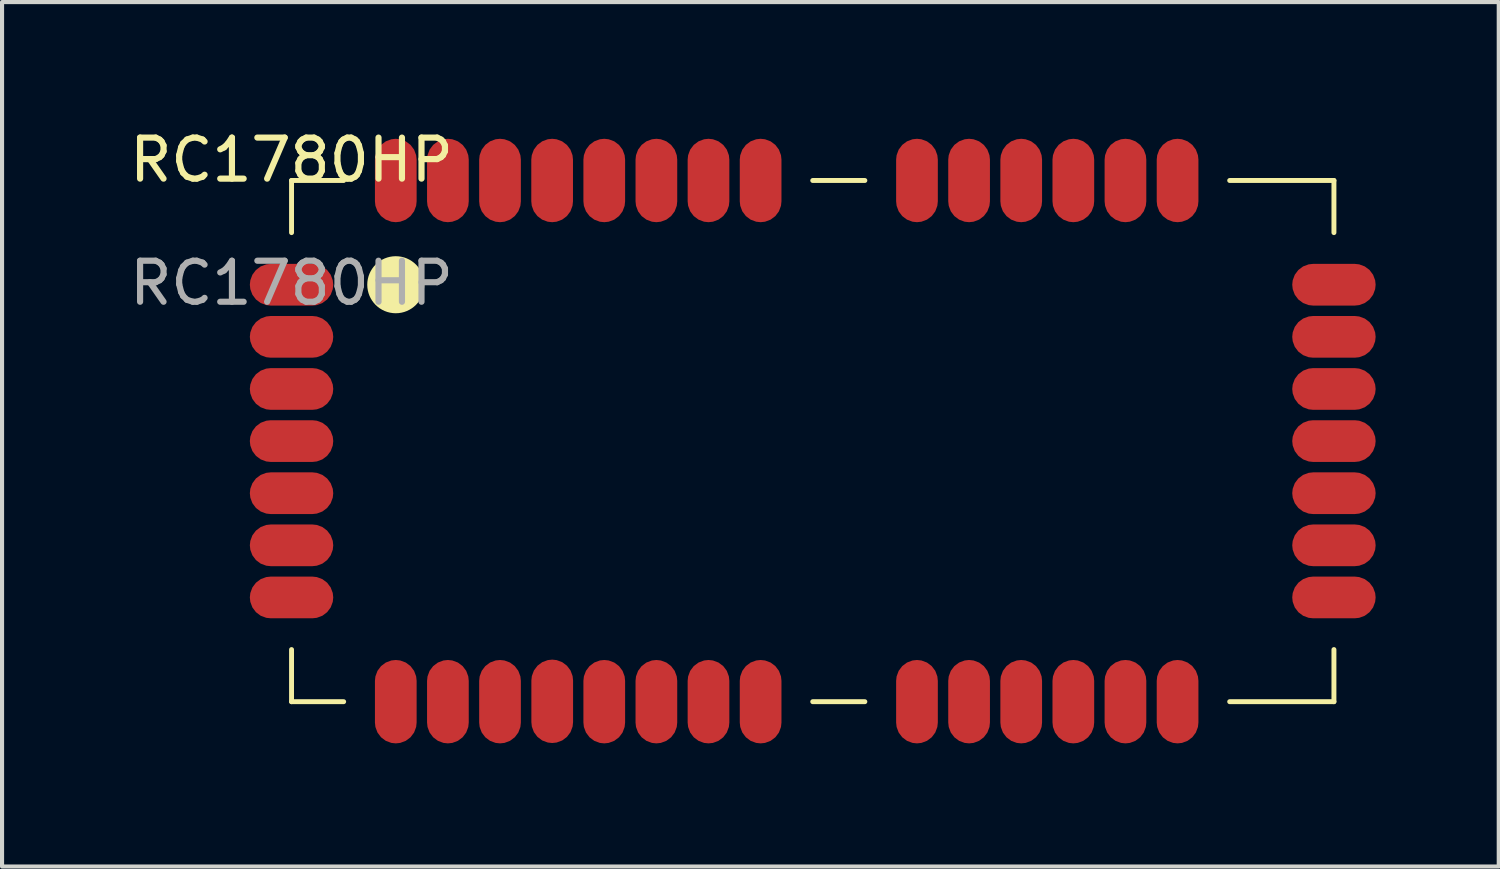
<source format=kicad_pcb>
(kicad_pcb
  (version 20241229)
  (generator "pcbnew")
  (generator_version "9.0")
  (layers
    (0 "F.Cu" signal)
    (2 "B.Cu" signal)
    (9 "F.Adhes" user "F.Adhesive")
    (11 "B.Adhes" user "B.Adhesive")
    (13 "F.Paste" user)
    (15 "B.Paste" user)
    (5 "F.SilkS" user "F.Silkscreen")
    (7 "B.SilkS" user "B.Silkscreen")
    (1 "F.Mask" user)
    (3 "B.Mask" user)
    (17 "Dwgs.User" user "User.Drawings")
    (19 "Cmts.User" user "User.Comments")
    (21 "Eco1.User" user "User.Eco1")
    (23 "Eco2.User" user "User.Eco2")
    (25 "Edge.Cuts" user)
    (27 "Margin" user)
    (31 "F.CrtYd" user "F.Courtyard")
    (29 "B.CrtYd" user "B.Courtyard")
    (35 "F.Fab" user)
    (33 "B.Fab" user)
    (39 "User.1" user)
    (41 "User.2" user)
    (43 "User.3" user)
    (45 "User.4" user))
  (footprint "RC1780HP"
    (layer "F.Cu")
    (at 4.054 1.348)
    (property "Reference" "RC1780HP" (at 0 -0.5 0) (unlocked yes) (layer "F.SilkS") (effects (font (size 1 1) (thickness 0.15))))
    (attr smd)
    (fp_line (start 0 0) (end 1.27 0) (stroke (width 0.12) (type default)) (layer "F.SilkS"))
    (fp_line (start 0 1.27) (end 0 0) (stroke (width 0.12) (type default)) (layer "F.SilkS"))
    (fp_line (start 0 12.7) (end 0 11.43) (stroke (width 0.12) (type default)) (layer "F.SilkS"))
    (fp_line (start 1.27 12.7) (end 0 12.7) (stroke (width 0.12) (type default)) (layer "F.SilkS"))
    (fp_line (start 12.7 0) (end 13.97 0) (stroke (width 0.12) (type default)) (layer "F.SilkS"))
    (fp_line (start 13.97 12.7) (end 12.7 12.7) (stroke (width 0.12) (type default)) (layer "F.SilkS"))
    (fp_line (start 22.86 0) (end 25.4 0) (stroke (width 0.12) (type default)) (layer "F.SilkS"))
    (fp_line (start 25.4 0) (end 25.4 1.27) (stroke (width 0.12) (type default)) (layer "F.SilkS"))
    (fp_line (start 25.4 11.43) (end 25.4 12.7) (stroke (width 0.12) (type default)) (layer "F.SilkS"))
    (fp_line (start 25.4 12.7) (end 22.86 12.7) (stroke (width 0.12) (type default)) (layer "F.SilkS"))
    (fp_circle (center 2.54 2.54) (end 3.175 2.54) (stroke (width 0.12) (type solid)) (fill yes) (layer "F.SilkS"))
    (fp_text user "${REFERENCE}" (at 0 2.5 0) (unlocked yes) (layer "F.Fab") (effects (font (size 1 1) (thickness 0.15))))
    (pad "1" smd roundrect (at 0 2.54) (size 2.032 1.016) (layers "F.Cu" "F.Mask" "F.Paste") (roundrect_rratio 0.5))
    (pad "2" smd roundrect (at 0 3.81) (size 2.032 1.016) (layers "F.Cu" "F.Mask" "F.Paste") (roundrect_rratio 0.5))
    (pad "3" smd roundrect (at 0 5.08) (size 2.032 1.016) (layers "F.Cu" "F.Mask" "F.Paste") (roundrect_rratio 0.5))
    (pad "4" smd roundrect (at 0 6.35) (size 2.032 1.016) (layers "F.Cu" "F.Mask" "F.Paste") (roundrect_rratio 0.5))
    (pad "5" smd roundrect (at 0 7.62) (size 2.032 1.016) (layers "F.Cu" "F.Mask" "F.Paste") (roundrect_rratio 0.5))
    (pad "6" smd roundrect (at 0 8.89) (size 2.032 1.016) (layers "F.Cu" "F.Mask" "F.Paste") (roundrect_rratio 0.5))
    (pad "7" smd roundrect (at 0 10.16) (size 2.032 1.016) (layers "F.Cu" "F.Mask" "F.Paste") (roundrect_rratio 0.5))
    (pad "8" smd roundrect (at 25.4 10.16 180) (size 2.032 1.016) (layers "F.Cu" "F.Mask" "F.Paste") (roundrect_rratio 0.5))
    (pad "9" smd roundrect (at 25.4 8.89 180) (size 2.032 1.016) (layers "F.Cu" "F.Mask" "F.Paste") (roundrect_rratio 0.5))
    (pad "10" smd roundrect (at 25.4 7.62 180) (size 2.032 1.016) (layers "F.Cu" "F.Mask" "F.Paste") (roundrect_rratio 0.5))
    (pad "11" smd roundrect (at 25.4 6.35 180) (size 2.032 1.016) (layers "F.Cu" "F.Mask" "F.Paste") (roundrect_rratio 0.5))
    (pad "12" smd roundrect (at 25.4 5.08 180) (size 2.032 1.016) (layers "F.Cu" "F.Mask" "F.Paste") (roundrect_rratio 0.5))
    (pad "13" smd roundrect (at 25.4 3.81 180) (size 2.032 1.016) (layers "F.Cu" "F.Mask" "F.Paste") (roundrect_rratio 0.5))
    (pad "14" smd roundrect (at 25.4 2.54 180) (size 2.032 1.016) (layers "F.Cu" "F.Mask" "F.Paste") (roundrect_rratio 0.5))
    (pad "15" smd roundrect (at 2.54 12.7 90) (size 2.032 1.016) (layers "F.Cu" "F.Mask" "F.Paste") (roundrect_rratio 0.5))
    (pad "16" smd roundrect (at 3.81 12.7 90) (size 2.032 1.016) (layers "F.Cu" "F.Mask" "F.Paste") (roundrect_rratio 0.5))
    (pad "17" smd roundrect (at 5.08 12.7 90) (size 2.032 1.016) (layers "F.Cu" "F.Mask" "F.Paste") (roundrect_rratio 0.5))
    (pad "18" smd roundrect (at 6.352 12.691 90) (size 2.032 1.016) (layers "F.Cu" "F.Mask" "F.Paste") (roundrect_rratio 0.5))
    (pad "19" smd roundrect (at 7.62 12.7 90) (size 2.032 1.016) (layers "F.Cu" "F.Mask" "F.Paste") (roundrect_rratio 0.5))
    (pad "20" smd roundrect (at 8.89 12.7 90) (size 2.032 1.016) (layers "F.Cu" "F.Mask" "F.Paste") (roundrect_rratio 0.5))
    (pad "21" smd roundrect (at 10.16 12.7 90) (size 2.032 1.016) (layers "F.Cu" "F.Mask" "F.Paste") (roundrect_rratio 0.5))
    (pad "22" smd roundrect (at 11.43 12.7 90) (size 2.032 1.016) (layers "F.Cu" "F.Mask" "F.Paste") (roundrect_rratio 0.5))
    (pad "23" smd roundrect (at 11.43 0 90) (size 2.032 1.016) (layers "F.Cu" "F.Mask" "F.Paste") (roundrect_rratio 0.5))
    (pad "24" smd roundrect (at 10.16 0 90) (size 2.032 1.016) (layers "F.Cu" "F.Mask" "F.Paste") (roundrect_rratio 0.5))
    (pad "25" smd roundrect (at 8.89 0 90) (size 2.032 1.016) (layers "F.Cu" "F.Mask" "F.Paste") (roundrect_rratio 0.5))
    (pad "26" smd roundrect (at 7.62 0 90) (size 2.032 1.016) (layers "F.Cu" "F.Mask" "F.Paste") (roundrect_rratio 0.5))
    (pad "27" smd roundrect (at 6.35 0 90) (size 2.032 1.016) (layers "F.Cu" "F.Mask" "F.Paste") (roundrect_rratio 0.5))
    (pad "28" smd roundrect (at 5.08 0 90) (size 2.032 1.016) (layers "F.Cu" "F.Mask" "F.Paste") (roundrect_rratio 0.5))
    (pad "29" smd roundrect (at 3.81 0 90) (size 2.032 1.016) (layers "F.Cu" "F.Mask" "F.Paste") (roundrect_rratio 0.5))
    (pad "30" smd roundrect (at 2.54 0 90) (size 2.032 1.016) (layers "F.Cu" "F.Mask" "F.Paste") (roundrect_rratio 0.5))
    (pad "31" smd roundrect (at 15.24 0 90) (size 2.032 1.016) (layers "F.Cu" "F.Mask" "F.Paste") (roundrect_rratio 0.5))
    (pad "32" smd roundrect (at 15.24 12.7 90) (size 2.032 1.016) (layers "F.Cu" "F.Mask" "F.Paste") (roundrect_rratio 0.5))
    (pad "33" smd roundrect (at 16.51 0 90) (size 2.032 1.016) (layers "F.Cu" "F.Mask" "F.Paste") (roundrect_rratio 0.5))
    (pad "34" smd roundrect (at 16.51 12.7 90) (size 2.032 1.016) (layers "F.Cu" "F.Mask" "F.Paste") (roundrect_rratio 0.5))
    (pad "35" smd roundrect (at 17.78 0 90) (size 2.032 1.016) (layers "F.Cu" "F.Mask" "F.Paste") (roundrect_rratio 0.5))
    (pad "36" smd roundrect (at 17.78 12.7 90) (size 2.032 1.016) (layers "F.Cu" "F.Mask" "F.Paste") (roundrect_rratio 0.5))
    (pad "37" smd roundrect (at 19.05 0 90) (size 2.032 1.016) (layers "F.Cu" "F.Mask" "F.Paste") (roundrect_rratio 0.5))
    (pad "38" smd roundrect (at 19.05 12.7 90) (size 2.032 1.016) (layers "F.Cu" "F.Mask" "F.Paste") (roundrect_rratio 0.5))
    (pad "39" smd roundrect (at 20.32 0 90) (size 2.032 1.016) (layers "F.Cu" "F.Mask" "F.Paste") (roundrect_rratio 0.5))
    (pad "40" smd roundrect (at 20.32 12.7 90) (size 2.032 1.016) (layers "F.Cu" "F.Mask" "F.Paste") (roundrect_rratio 0.5))
    (pad "41" smd roundrect (at 21.59 0 90) (size 2.032 1.016) (layers "F.Cu" "F.Mask" "F.Paste") (roundrect_rratio 0.5))
    (pad "42" smd roundrect (at 21.59 12.7 90) (size 2.032 1.016) (layers "F.Cu" "F.Mask" "F.Paste") (roundrect_rratio 0.5)))
  (gr_rect
    (start -3 -3)
    (end 33.47 18.064)
    (stroke (width 0.1) (type default))
    (fill no)
    (layer "Edge.Cuts")))
</source>
